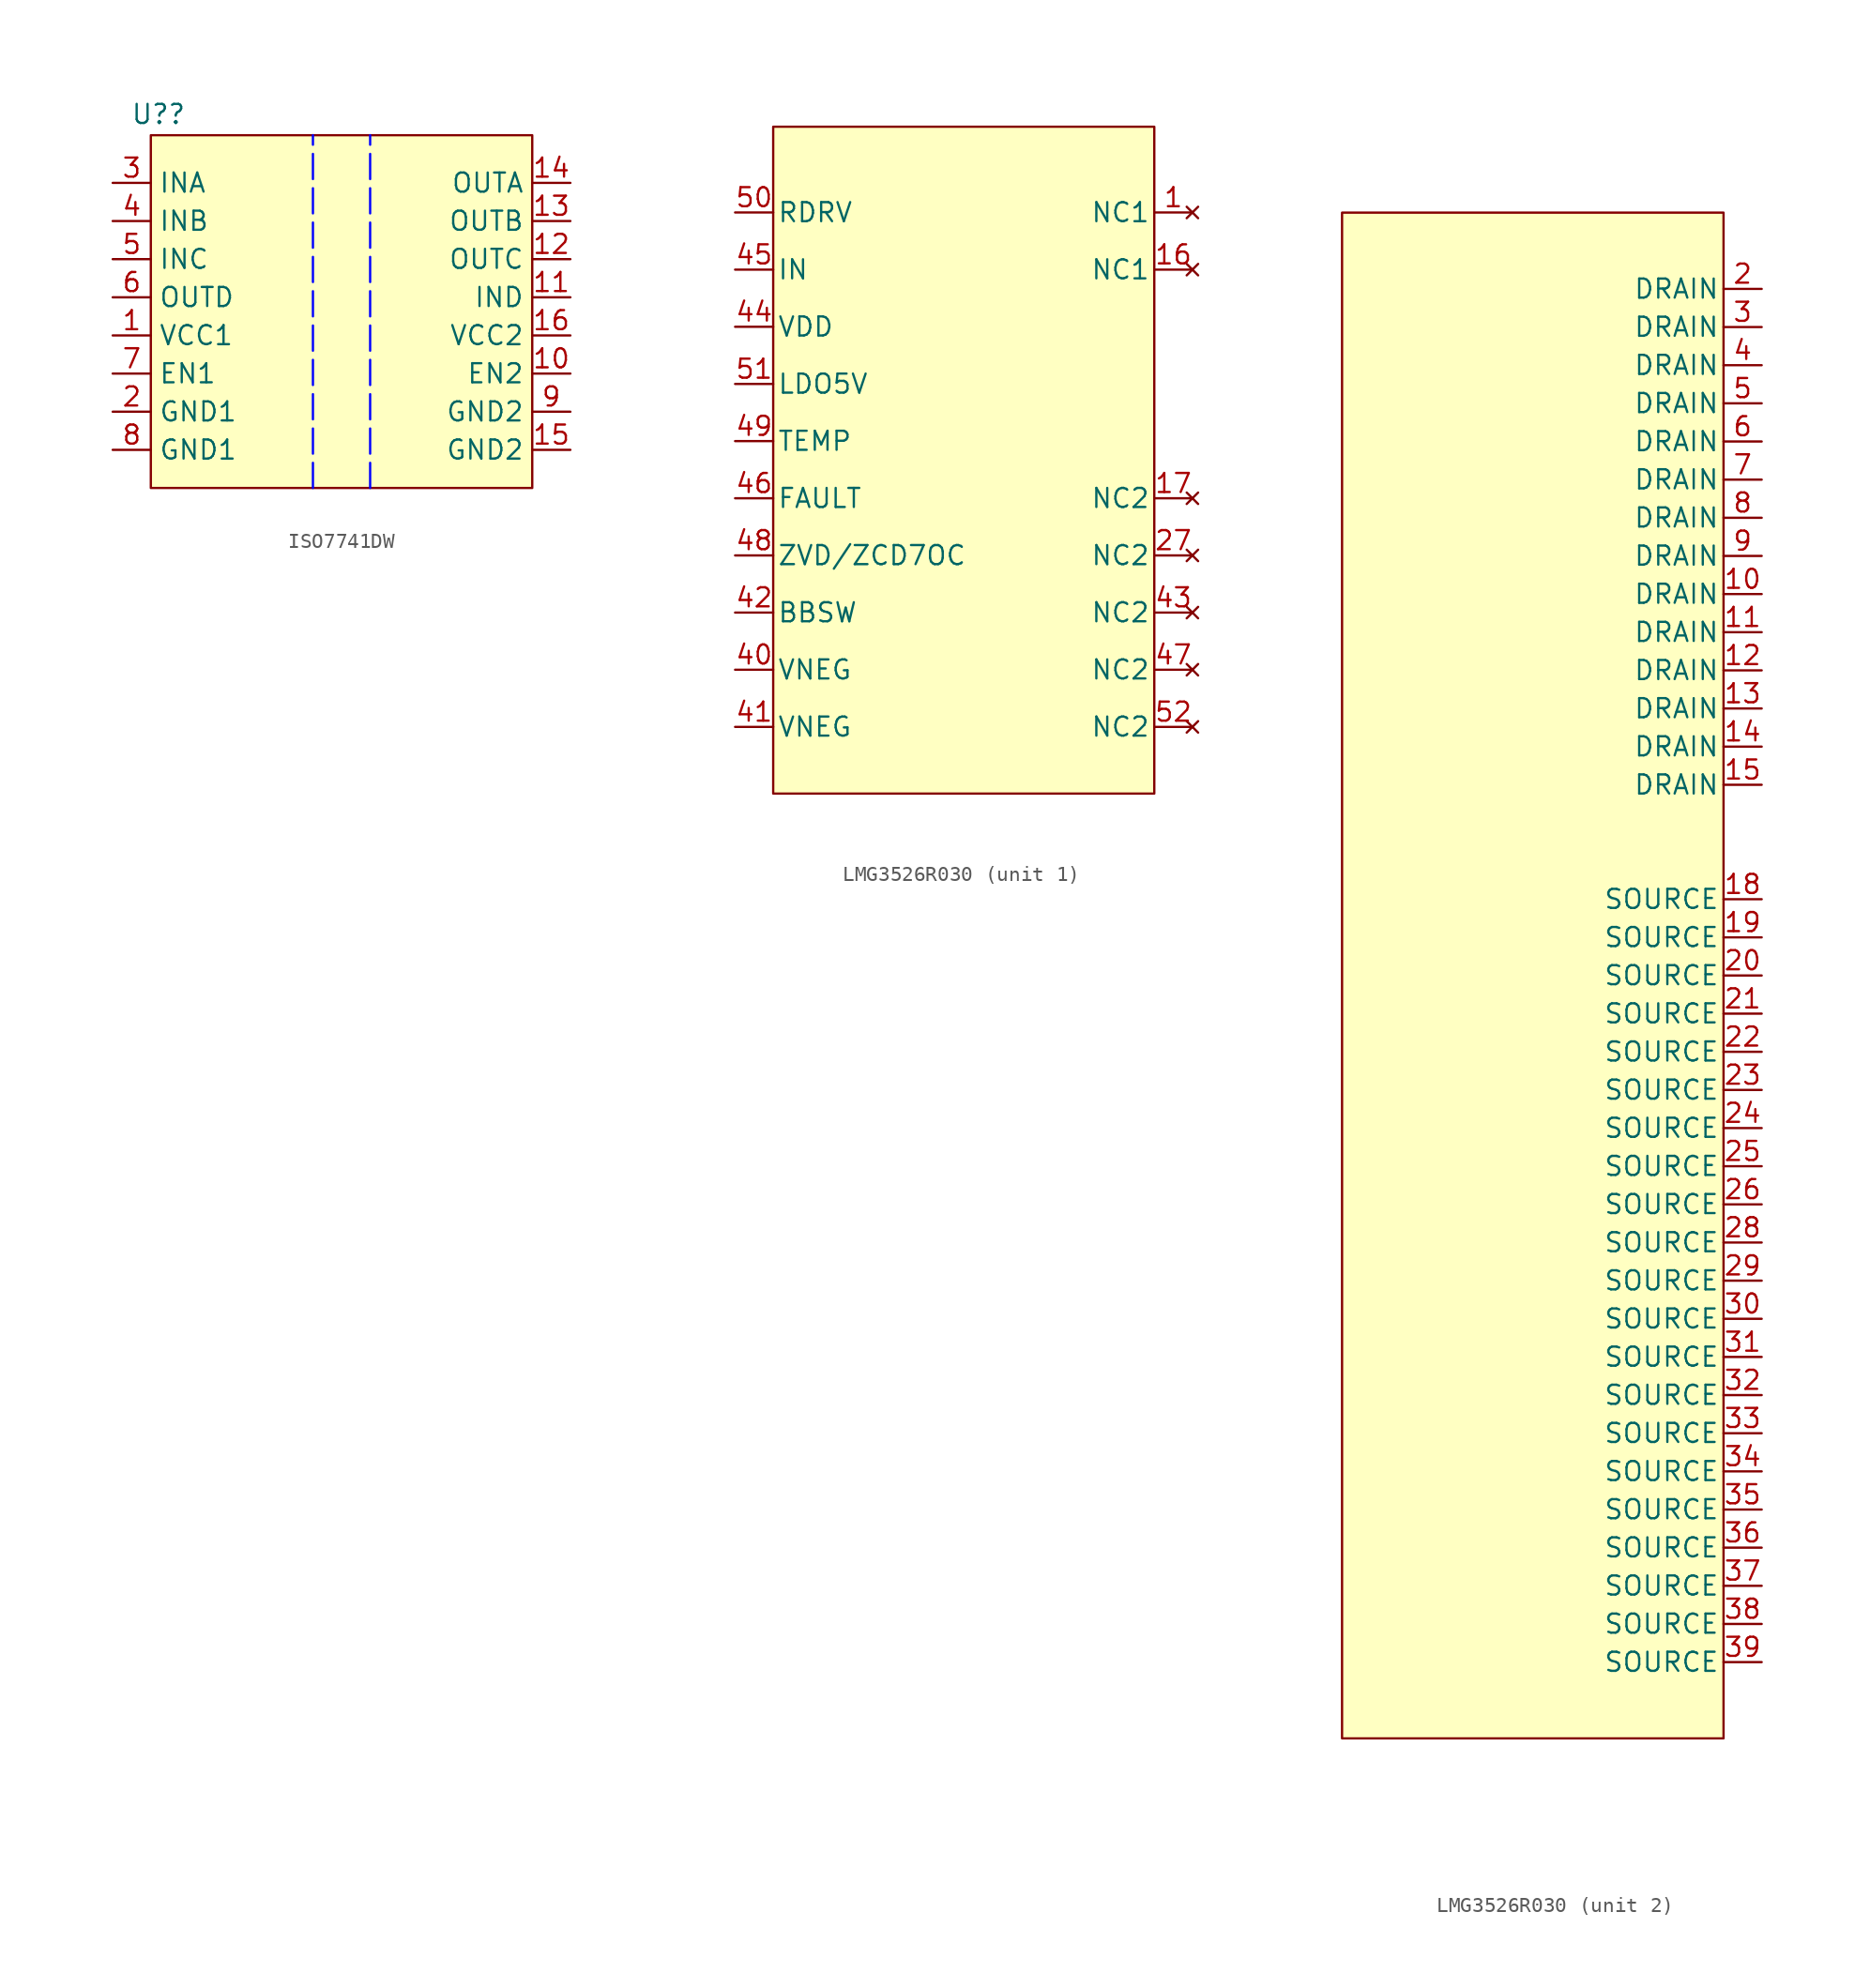
<source format=kicad_sym>
(kicad_symbol_lib
  (version 20241209)
  (generator "kicad_symbol_editor")
  (generator_version "9.0")
  (symbol "ISO7741DW"
    (property "Reference" "U?"
      (at -12.192 13.462 0)
      (effects (font (size 1.27 1.27))))
    (property "Value" ""
      (at 0 0 0)
      (effects (font (size 1.27 1.27))))
    (symbol "ISO7741DW_1_1"
      (rectangle (start -12.7 12.065) (end 12.7 -11.43) (stroke (width 0) (type solid)) (fill (type background)))
      (polyline (pts (xy -1.905 12.065) (xy -1.905 12.065)) (stroke (width 0) (type default)) (fill (type none)))
      (polyline (pts (xy -1.905 -11.43) (xy -1.905 12.065)) (stroke (width 0) (type dash) (color 0 0 255 1)) (fill (type none)))
      (polyline (pts (xy 1.905 -11.43) (xy 1.905 12.065)) (stroke (width 0) (type dash) (color 0 0 255 1)) (fill (type none)))
      (pin input line (at -15.24 8.89 0) (length 2.54) (name "INA" (effects (font (size 1.27 1.27)))) (number "3" (effects (font (size 1.27 1.27)))))
      (pin input line (at -15.24 6.35 0) (length 2.54) (name "INB" (effects (font (size 1.27 1.27)))) (number "4" (effects (font (size 1.27 1.27)))))
      (pin input line (at -15.24 3.81 0) (length 2.54) (name "INC" (effects (font (size 1.27 1.27)))) (number "5" (effects (font (size 1.27 1.27)))))
      (pin output line (at -15.24 1.27 0) (length 2.54) (name "OUTD" (effects (font (size 1.27 1.27)))) (number "6" (effects (font (size 1.27 1.27)))))
      (pin power_in line (at -15.24 -1.27 0) (length 2.54) (name "VCC1" (effects (font (size 1.27 1.27)))) (number "1" (effects (font (size 1.27 1.27)))))
      (pin input line (at -15.24 -3.81 0) (length 2.54) (name "EN1" (effects (font (size 1.27 1.27)))) (number "7" (effects (font (size 1.27 1.27)))))
      (pin passive line (at -15.24 -6.35 0) (length 2.54) (name "GND1" (effects (font (size 1.27 1.27)))) (number "2" (effects (font (size 1.27 1.27)))))
      (pin passive line (at -15.24 -8.89 0) (length 2.54) (name "GND1" (effects (font (size 1.27 1.27)))) (number "8" (effects (font (size 1.27 1.27)))))
      (pin output line (at 15.24 8.89 180) (length 2.54) (name "OUTA" (effects (font (size 1.27 1.27)))) (number "14" (effects (font (size 1.27 1.27)))))
      (pin output line (at 15.24 6.35 180) (length 2.54) (name "OUTB" (effects (font (size 1.27 1.27)))) (number "13" (effects (font (size 1.27 1.27)))))
      (pin output line (at 15.24 3.81 180) (length 2.54) (name "OUTC" (effects (font (size 1.27 1.27)))) (number "12" (effects (font (size 1.27 1.27)))))
      (pin output line (at 15.24 1.27 180) (length 2.54) (name "IND" (effects (font (size 1.27 1.27)))) (number "11" (effects (font (size 1.27 1.27)))))
      (pin power_in line (at 15.24 -1.27 180) (length 2.54) (name "VCC2" (effects (font (size 1.27 1.27)))) (number "16" (effects (font (size 1.27 1.27)))))
      (pin input line (at 15.24 -3.81 180) (length 2.54) (name "EN2" (effects (font (size 1.27 1.27)))) (number "10" (effects (font (size 1.27 1.27)))))
      (pin passive line (at 15.24 -6.35 180) (length 2.54) (name "GND2" (effects (font (size 1.27 1.27)))) (number "9" (effects (font (size 1.27 1.27)))))
      (pin passive line (at 15.24 -8.89 180) (length 2.54) (name "GND2" (effects (font (size 1.27 1.27)))) (number "15" (effects (font (size 1.27 1.27)))))))
  (symbol "LMG3526R030"
    (pin_names
      (offset 0.254))
    (property "Reference" "U?"
      (at -11.684 52.07 0)
      (effects (font (size 1.27 1.27)) (hide yes)))
    (property "Value" ""
      (at 0 0 0)
      (effects (font (size 1.27 1.27))))
    (symbol "LMG3526R030_1_1"
      (rectangle (start -12.7 22.225) (end 12.7 -22.225) (stroke (width 0) (type solid)) (fill (type background)))
      (pin input line (at -15.24 16.51 0) (length 2.54) (name "RDRV" (effects (font (size 1.27 1.27)))) (number "50" (effects (font (size 1.27 1.27)))))
      (pin input line (at -15.24 12.7 0) (length 2.54) (name "IN" (effects (font (size 1.27 1.27)))) (number "45" (effects (font (size 1.27 1.27)))))
      (pin power_in line (at -15.24 8.89 0) (length 2.54) (name "VDD" (effects (font (size 1.27 1.27)))) (number "44" (effects (font (size 1.27 1.27)))))
      (pin power_out line (at -15.24 5.08 0) (length 2.54) (name "LDO5V" (effects (font (size 1.27 1.27)))) (number "51" (effects (font (size 1.27 1.27)))))
      (pin output line (at -15.24 1.27 0) (length 2.54) (name "TEMP" (effects (font (size 1.27 1.27)))) (number "49" (effects (font (size 1.27 1.27)))))
      (pin output line (at -15.24 -2.54 0) (length 2.54) (name "FAULT" (effects (font (size 1.27 1.27)))) (number "46" (effects (font (size 1.27 1.27)))))
      (pin output line (at -15.24 -6.35 0) (length 2.54) (name "ZVD/ZCD7OC" (effects (font (size 1.27 1.27)))) (number "48" (effects (font (size 1.27 1.27)))))
      (pin power_out line (at -15.24 -10.16 0) (length 2.54) (name "BBSW" (effects (font (size 1.27 1.27)))) (number "42" (effects (font (size 1.27 1.27)))))
      (pin power_out line (at -15.24 -13.97 0) (length 2.54) (name "VNEG" (effects (font (size 1.27 1.27)))) (number "40" (effects (font (size 1.27 1.27)))))
      (pin power_out line (at -15.24 -17.78 0) (length 2.54) (name "VNEG" (effects (font (size 1.27 1.27)))) (number "41" (effects (font (size 1.27 1.27)))))
      (pin no_connect line (at 15.24 16.51 180) (length 2.54) (name "NC1" (effects (font (size 1.27 1.27)))) (number "1" (effects (font (size 1.27 1.27)))))
      (pin no_connect line (at 15.24 12.7 180) (length 2.54) (name "NC1" (effects (font (size 1.27 1.27)))) (number "16" (effects (font (size 1.27 1.27)))))
      (pin no_connect line (at 15.24 -2.54 180) (length 2.54) (name "NC2" (effects (font (size 1.27 1.27)))) (number "17" (effects (font (size 1.27 1.27)))))
      (pin no_connect line (at 15.24 -6.35 180) (length 2.54) (name "NC2" (effects (font (size 1.27 1.27)))) (number "27" (effects (font (size 1.27 1.27)))))
      (pin no_connect line (at 15.24 -10.16 180) (length 2.54) (name "NC2" (effects (font (size 1.27 1.27)))) (number "43" (effects (font (size 1.27 1.27)))))
      (pin no_connect line (at 15.24 -13.97 180) (length 2.54) (name "NC2" (effects (font (size 1.27 1.27)))) (number "47" (effects (font (size 1.27 1.27)))))
      (pin no_connect line (at 15.24 -17.78 180) (length 2.54) (name "NC2" (effects (font (size 1.27 1.27)))) (number "52" (effects (font (size 1.27 1.27))))))
    (symbol "LMG3526R030_2_1"
      (rectangle (start -12.7 50.8) (end 12.7 -50.8) (stroke (width 0) (type solid)) (fill (type background)))
      (pin power_in line (at 15.24 45.72 180) (length 2.54) (name "DRAIN" (effects (font (size 1.27 1.27)))) (number "2" (effects (font (size 1.27 1.27)))))
      (pin power_in line (at 15.24 43.18 180) (length 2.54) (name "DRAIN" (effects (font (size 1.27 1.27)))) (number "3" (effects (font (size 1.27 1.27)))))
      (pin power_in line (at 15.24 40.64 180) (length 2.54) (name "DRAIN" (effects (font (size 1.27 1.27)))) (number "4" (effects (font (size 1.27 1.27)))))
      (pin power_in line (at 15.24 38.1 180) (length 2.54) (name "DRAIN" (effects (font (size 1.27 1.27)))) (number "5" (effects (font (size 1.27 1.27)))))
      (pin power_in line (at 15.24 35.56 180) (length 2.54) (name "DRAIN" (effects (font (size 1.27 1.27)))) (number "6" (effects (font (size 1.27 1.27)))))
      (pin power_in line (at 15.24 33.02 180) (length 2.54) (name "DRAIN" (effects (font (size 1.27 1.27)))) (number "7" (effects (font (size 1.27 1.27)))))
      (pin power_in line (at 15.24 30.48 180) (length 2.54) (name "DRAIN" (effects (font (size 1.27 1.27)))) (number "8" (effects (font (size 1.27 1.27)))))
      (pin power_in line (at 15.24 27.94 180) (length 2.54) (name "DRAIN" (effects (font (size 1.27 1.27)))) (number "9" (effects (font (size 1.27 1.27)))))
      (pin power_in line (at 15.24 25.4 180) (length 2.54) (name "DRAIN" (effects (font (size 1.27 1.27)))) (number "10" (effects (font (size 1.27 1.27)))))
      (pin power_in line (at 15.24 22.86 180) (length 2.54) (name "DRAIN" (effects (font (size 1.27 1.27)))) (number "11" (effects (font (size 1.27 1.27)))))
      (pin power_in line (at 15.24 20.32 180) (length 2.54) (name "DRAIN" (effects (font (size 1.27 1.27)))) (number "12" (effects (font (size 1.27 1.27)))))
      (pin power_in line (at 15.24 17.78 180) (length 2.54) (name "DRAIN" (effects (font (size 1.27 1.27)))) (number "13" (effects (font (size 1.27 1.27)))))
      (pin power_in line (at 15.24 15.24 180) (length 2.54) (name "DRAIN" (effects (font (size 1.27 1.27)))) (number "14" (effects (font (size 1.27 1.27)))))
      (pin power_in line (at 15.24 12.7 180) (length 2.54) (name "DRAIN" (effects (font (size 1.27 1.27)))) (number "15" (effects (font (size 1.27 1.27)))))
      (pin power_out line (at 15.24 5.08 180) (length 2.54) (name "SOURCE" (effects (font (size 1.27 1.27)))) (number "18" (effects (font (size 1.27 1.27)))))
      (pin power_out line (at 15.24 2.54 180) (length 2.54) (name "SOURCE" (effects (font (size 1.27 1.27)))) (number "19" (effects (font (size 1.27 1.27)))))
      (pin power_out line (at 15.24 0 180) (length 2.54) (name "SOURCE" (effects (font (size 1.27 1.27)))) (number "20" (effects (font (size 1.27 1.27)))))
      (pin power_out line (at 15.24 -2.54 180) (length 2.54) (name "SOURCE" (effects (font (size 1.27 1.27)))) (number "21" (effects (font (size 1.27 1.27)))))
      (pin power_out line (at 15.24 -5.08 180) (length 2.54) (name "SOURCE" (effects (font (size 1.27 1.27)))) (number "22" (effects (font (size 1.27 1.27)))))
      (pin power_out line (at 15.24 -7.62 180) (length 2.54) (name "SOURCE" (effects (font (size 1.27 1.27)))) (number "23" (effects (font (size 1.27 1.27)))))
      (pin power_out line (at 15.24 -10.16 180) (length 2.54) (name "SOURCE" (effects (font (size 1.27 1.27)))) (number "24" (effects (font (size 1.27 1.27)))))
      (pin power_out line (at 15.24 -12.7 180) (length 2.54) (name "SOURCE" (effects (font (size 1.27 1.27)))) (number "25" (effects (font (size 1.27 1.27)))))
      (pin power_out line (at 15.24 -15.24 180) (length 2.54) (name "SOURCE" (effects (font (size 1.27 1.27)))) (number "26" (effects (font (size 1.27 1.27)))))
      (pin power_out line (at 15.24 -17.78 180) (length 2.54) (name "SOURCE" (effects (font (size 1.27 1.27)))) (number "28" (effects (font (size 1.27 1.27)))))
      (pin power_out line (at 15.24 -20.32 180) (length 2.54) (name "SOURCE" (effects (font (size 1.27 1.27)))) (number "29" (effects (font (size 1.27 1.27)))))
      (pin power_out line (at 15.24 -22.86 180) (length 2.54) (name "SOURCE" (effects (font (size 1.27 1.27)))) (number "30" (effects (font (size 1.27 1.27)))))
      (pin power_out line (at 15.24 -25.4 180) (length 2.54) (name "SOURCE" (effects (font (size 1.27 1.27)))) (number "31" (effects (font (size 1.27 1.27)))))
      (pin power_out line (at 15.24 -27.94 180) (length 2.54) (name "SOURCE" (effects (font (size 1.27 1.27)))) (number "32" (effects (font (size 1.27 1.27)))))
      (pin power_out line (at 15.24 -30.48 180) (length 2.54) (name "SOURCE" (effects (font (size 1.27 1.27)))) (number "33" (effects (font (size 1.27 1.27)))))
      (pin power_out line (at 15.24 -33.02 180) (length 2.54) (name "SOURCE" (effects (font (size 1.27 1.27)))) (number "34" (effects (font (size 1.27 1.27)))))
      (pin power_out line (at 15.24 -35.56 180) (length 2.54) (name "SOURCE" (effects (font (size 1.27 1.27)))) (number "35" (effects (font (size 1.27 1.27)))))
      (pin power_out line (at 15.24 -38.1 180) (length 2.54) (name "SOURCE" (effects (font (size 1.27 1.27)))) (number "36" (effects (font (size 1.27 1.27)))))
      (pin power_out line (at 15.24 -40.64 180) (length 2.54) (name "SOURCE" (effects (font (size 1.27 1.27)))) (number "37" (effects (font (size 1.27 1.27)))))
      (pin power_out line (at 15.24 -43.18 180) (length 2.54) (name "SOURCE" (effects (font (size 1.27 1.27)))) (number "38" (effects (font (size 1.27 1.27)))))
      (pin power_out line (at 15.24 -45.72 180) (length 2.54) (name "SOURCE" (effects (font (size 1.27 1.27)))) (number "39" (effects (font (size 1.27 1.27))))))))
</source>
